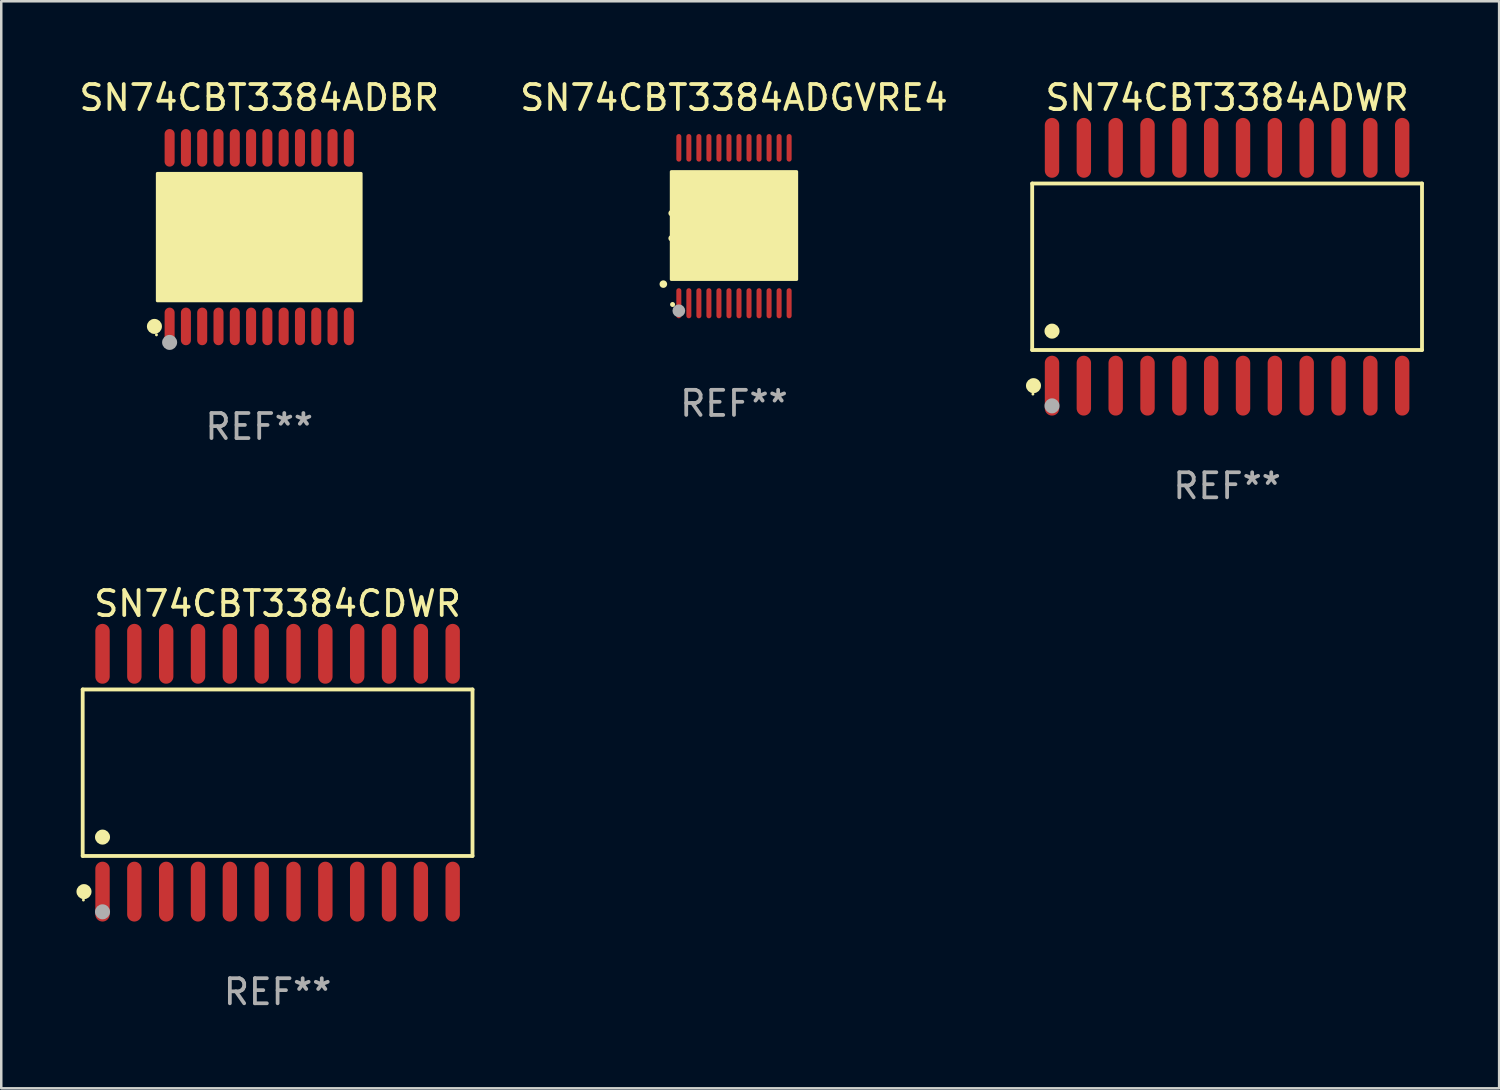
<source format=kicad_pcb>
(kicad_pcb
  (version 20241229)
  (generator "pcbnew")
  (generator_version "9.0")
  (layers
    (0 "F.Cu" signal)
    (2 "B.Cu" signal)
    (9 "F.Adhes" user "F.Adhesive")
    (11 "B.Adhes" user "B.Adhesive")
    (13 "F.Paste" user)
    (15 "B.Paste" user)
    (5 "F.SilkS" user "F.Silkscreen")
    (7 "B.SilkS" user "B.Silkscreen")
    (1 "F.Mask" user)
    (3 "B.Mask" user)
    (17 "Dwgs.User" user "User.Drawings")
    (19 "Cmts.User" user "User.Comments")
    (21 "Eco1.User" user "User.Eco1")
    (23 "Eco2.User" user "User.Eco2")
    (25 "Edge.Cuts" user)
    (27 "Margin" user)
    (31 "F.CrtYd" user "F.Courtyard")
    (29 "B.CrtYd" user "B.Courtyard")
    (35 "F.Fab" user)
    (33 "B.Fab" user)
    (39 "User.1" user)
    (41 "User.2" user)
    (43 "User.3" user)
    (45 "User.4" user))
  (footprint "SN74CBT3384ADWR"
    (layer "F.Cu")
    (at 45.905 7.592)
    (property "Reference" "SN74CBT3384ADWR" (at 0 -6.744 0) (layer "F.SilkS") (effects (font (size 1 1) (thickness 0.15))))
    (attr through_hole)
    (fp_line (start -7.776 -3.321) (end 7.776 -3.321) (stroke (width 0.152) (type solid)) (layer "F.SilkS"))
    (fp_line (start -7.776 3.321) (end -7.776 -3.321) (stroke (width 0.152) (type solid)) (layer "F.SilkS"))
    (fp_line (start 7.776 -3.321) (end 7.776 3.321) (stroke (width 0.152) (type solid)) (layer "F.SilkS"))
    (fp_line (start 7.776 3.321) (end -7.776 3.321) (stroke (width 0.152) (type solid)) (layer "F.SilkS"))
    (fp_circle (center -7.747 5.08) (end -7.717 5.08) (stroke (width 0.06) (type solid)) (fill no) (layer "F.SilkS"))
    (fp_circle (center -7.724 4.744) (end -7.574 4.744) (stroke (width 0.3) (type solid)) (fill no) (layer "F.SilkS"))
    (fp_circle (center -6.985 2.569) (end -6.835 2.569) (stroke (width 0.3) (type solid)) (fill no) (layer "F.SilkS"))
    (fp_circle (center -6.985 5.55) (end -6.835 5.55) (stroke (width 0.3) (type solid)) (fill no) (layer "F.Fab"))
    (fp_text user "REF**" (at 0 8.744 0) (layer "F.Fab") (effects (font (size 1 1) (thickness 0.15))))
    (pad "1" smd oval (at -6.985 4.744) (size 0.574 2.388) (layers "F.Cu" "F.Mask" "F.Paste"))
    (pad "2" smd oval (at -5.715 4.744) (size 0.574 2.388) (layers "F.Cu" "F.Mask" "F.Paste"))
    (pad "3" smd oval (at -4.445 4.744) (size 0.574 2.388) (layers "F.Cu" "F.Mask" "F.Paste"))
    (pad "4" smd oval (at -3.175 4.744) (size 0.574 2.388) (layers "F.Cu" "F.Mask" "F.Paste"))
    (pad "5" smd oval (at -1.905 4.744) (size 0.574 2.388) (layers "F.Cu" "F.Mask" "F.Paste"))
    (pad "6" smd oval (at -0.635 4.744) (size 0.574 2.388) (layers "F.Cu" "F.Mask" "F.Paste"))
    (pad "7" smd oval (at 0.635 4.744) (size 0.574 2.388) (layers "F.Cu" "F.Mask" "F.Paste"))
    (pad "8" smd oval (at 1.905 4.744) (size 0.574 2.388) (layers "F.Cu" "F.Mask" "F.Paste"))
    (pad "9" smd oval (at 3.175 4.744) (size 0.574 2.388) (layers "F.Cu" "F.Mask" "F.Paste"))
    (pad "10" smd oval (at 4.445 4.744) (size 0.574 2.388) (layers "F.Cu" "F.Mask" "F.Paste"))
    (pad "11" smd oval (at 5.715 4.744) (size 0.574 2.388) (layers "F.Cu" "F.Mask" "F.Paste"))
    (pad "12" smd oval (at 6.985 4.744) (size 0.574 2.388) (layers "F.Cu" "F.Mask" "F.Paste"))
    (pad "13" smd oval (at 6.985 -4.744) (size 0.574 2.388) (layers "F.Cu" "F.Mask" "F.Paste"))
    (pad "14" smd oval (at 5.715 -4.744) (size 0.574 2.388) (layers "F.Cu" "F.Mask" "F.Paste"))
    (pad "15" smd oval (at 4.445 -4.744) (size 0.574 2.388) (layers "F.Cu" "F.Mask" "F.Paste"))
    (pad "16" smd oval (at 3.175 -4.744) (size 0.574 2.388) (layers "F.Cu" "F.Mask" "F.Paste"))
    (pad "17" smd oval (at 1.905 -4.744) (size 0.574 2.388) (layers "F.Cu" "F.Mask" "F.Paste"))
    (pad "18" smd oval (at 0.635 -4.744) (size 0.574 2.388) (layers "F.Cu" "F.Mask" "F.Paste"))
    (pad "19" smd oval (at -0.635 -4.744) (size 0.574 2.388) (layers "F.Cu" "F.Mask" "F.Paste"))
    (pad "20" smd oval (at -1.905 -4.744) (size 0.574 2.388) (layers "F.Cu" "F.Mask" "F.Paste"))
    (pad "21" smd oval (at -3.175 -4.744) (size 0.574 2.388) (layers "F.Cu" "F.Mask" "F.Paste"))
    (pad "22" smd oval (at -4.445 -4.744) (size 0.574 2.388) (layers "F.Cu" "F.Mask" "F.Paste"))
    (pad "23" smd oval (at -5.715 -4.744) (size 0.574 2.388) (layers "F.Cu" "F.Mask" "F.Paste"))
    (pad "24" smd oval (at -6.985 -4.744) (size 0.574 2.388) (layers "F.Cu" "F.Mask" "F.Paste")))
  (footprint "SN74CBT3384ADGVRE4"
    (layer "F.Cu")
    (at 26.232 5.948)
    (property "Reference" "SN74CBT3384ADGVRE4" (at 0 -5.1 0) (layer "F.SilkS") (effects (font (size 1 1) (thickness 0.15))))
    (attr through_hole)
    (fp_arc (start -2.819355 2.336703) (mid -2.818085 2.336698) (end -2.816815 2.336703) (stroke (width 0.3) (type solid)) (layer "F.SilkS"))
    (fp_arc (start -2.489154 -0.492863) (mid -1.989154 0.007518) (end -2.489154 0.507899) (stroke (width 0.254001) (type solid)) (layer "F.SilkS"))
    (fp_circle (center -2.45 3.15) (end -2.4 3.15) (stroke (width 0.1) (type solid)) (fill no) (layer "F.SilkS"))
    (fp_poly (pts (xy -2.5 -2.15) (xy 2.5 -2.15) (xy 2.5 2.15) (xy -2.5 2.15)) (stroke (width 0.12) (type solid)) (fill yes) (layer "F.SilkS"))
    (fp_circle (center -2.2 3.4) (end -2.073 3.4) (stroke (width 0.254) (type solid)) (fill no) (layer "F.Fab"))
    (fp_text user "REF**" (at 0 7.1 0) (layer "F.Fab") (effects (font (size 1 1) (thickness 0.15))))
    (pad "1" smd oval (at -2.2 3.1 180) (size 0.2 1.2) (layers "F.Cu" "F.Mask" "F.Paste"))
    (pad "2" smd oval (at -1.8 3.1 180) (size 0.2 1.2) (layers "F.Cu" "F.Mask" "F.Paste"))
    (pad "3" smd oval (at -1.4 3.1 180) (size 0.2 1.2) (layers "F.Cu" "F.Mask" "F.Paste"))
    (pad "4" smd oval (at -1 3.1 180) (size 0.2 1.2) (layers "F.Cu" "F.Mask" "F.Paste"))
    (pad "5" smd oval (at -0.6 3.1 180) (size 0.2 1.2) (layers "F.Cu" "F.Mask" "F.Paste"))
    (pad "6" smd oval (at -0.2 3.1 180) (size 0.2 1.2) (layers "F.Cu" "F.Mask" "F.Paste"))
    (pad "7" smd oval (at 0.2 3.1 180) (size 0.2 1.2) (layers "F.Cu" "F.Mask" "F.Paste"))
    (pad "8" smd oval (at 0.6 3.1 180) (size 0.2 1.2) (layers "F.Cu" "F.Mask" "F.Paste"))
    (pad "9" smd oval (at 1 3.1 180) (size 0.2 1.2) (layers "F.Cu" "F.Mask" "F.Paste"))
    (pad "10" smd oval (at 1.4 3.1 180) (size 0.2 1.2) (layers "F.Cu" "F.Mask" "F.Paste"))
    (pad "11" smd oval (at 1.8 3.1 180) (size 0.2 1.2) (layers "F.Cu" "F.Mask" "F.Paste"))
    (pad "12" smd oval (at 2.2 3.1 180) (size 0.2 1.2) (layers "F.Cu" "F.Mask" "F.Paste"))
    (pad "13" smd oval (at 2.2 -3.1 180) (size 0.2 1.1) (layers "F.Cu" "F.Mask" "F.Paste"))
    (pad "14" smd oval (at 1.8 -3.1 180) (size 0.2 1.1) (layers "F.Cu" "F.Mask" "F.Paste"))
    (pad "15" smd oval (at 1.4 -3.1 180) (size 0.2 1.1) (layers "F.Cu" "F.Mask" "F.Paste"))
    (pad "16" smd oval (at 1 -3.1 180) (size 0.2 1.1) (layers "F.Cu" "F.Mask" "F.Paste"))
    (pad "17" smd oval (at 0.6 -3.1 180) (size 0.2 1.1) (layers "F.Cu" "F.Mask" "F.Paste"))
    (pad "18" smd oval (at 0.2 -3.1 180) (size 0.2 1.1) (layers "F.Cu" "F.Mask" "F.Paste"))
    (pad "19" smd oval (at -0.2 -3.1 180) (size 0.2 1.1) (layers "F.Cu" "F.Mask" "F.Paste"))
    (pad "20" smd oval (at -0.6 -3.1 180) (size 0.2 1.1) (layers "F.Cu" "F.Mask" "F.Paste"))
    (pad "21" smd oval (at -1 -3.1 180) (size 0.2 1.1) (layers "F.Cu" "F.Mask" "F.Paste"))
    (pad "22" smd oval (at -1.4 -3.1 180) (size 0.2 1.1) (layers "F.Cu" "F.Mask" "F.Paste"))
    (pad "23" smd oval (at -1.8 -3.1 180) (size 0.2 1.1) (layers "F.Cu" "F.Mask" "F.Paste"))
    (pad "24" smd oval (at -2.2 -3.1 180) (size 0.2 1.1) (layers "F.Cu" "F.Mask" "F.Paste")))
  (footprint "SN74CBT3384CDWR"
    (layer "F.Cu")
    (at 8.025 27.777)
    (property "Reference" "SN74CBT3384CDWR" (at 0 -6.744 0) (layer "F.SilkS") (effects (font (size 1 1) (thickness 0.15))))
    (attr through_hole)
    (fp_line (start -7.776 -3.321) (end 7.776 -3.321) (stroke (width 0.152) (type solid)) (layer "F.SilkS"))
    (fp_line (start -7.776 3.321) (end -7.776 -3.321) (stroke (width 0.152) (type solid)) (layer "F.SilkS"))
    (fp_line (start 7.776 -3.321) (end 7.776 3.321) (stroke (width 0.152) (type solid)) (layer "F.SilkS"))
    (fp_line (start 7.776 3.321) (end -7.776 3.321) (stroke (width 0.152) (type solid)) (layer "F.SilkS"))
    (fp_circle (center -7.747 5.08) (end -7.717 5.08) (stroke (width 0.06) (type solid)) (fill no) (layer "F.SilkS"))
    (fp_circle (center -7.724 4.744) (end -7.574 4.744) (stroke (width 0.3) (type solid)) (fill no) (layer "F.SilkS"))
    (fp_circle (center -6.985 2.569) (end -6.835 2.569) (stroke (width 0.3) (type solid)) (fill no) (layer "F.SilkS"))
    (fp_circle (center -6.985 5.55) (end -6.835 5.55) (stroke (width 0.3) (type solid)) (fill no) (layer "F.Fab"))
    (fp_text user "REF**" (at 0 8.744 0) (layer "F.Fab") (effects (font (size 1 1) (thickness 0.15))))
    (pad "1" smd oval (at -6.985 4.744) (size 0.574 2.388) (layers "F.Cu" "F.Mask" "F.Paste"))
    (pad "2" smd oval (at -5.715 4.744) (size 0.574 2.388) (layers "F.Cu" "F.Mask" "F.Paste"))
    (pad "3" smd oval (at -4.445 4.744) (size 0.574 2.388) (layers "F.Cu" "F.Mask" "F.Paste"))
    (pad "4" smd oval (at -3.175 4.744) (size 0.574 2.388) (layers "F.Cu" "F.Mask" "F.Paste"))
    (pad "5" smd oval (at -1.905 4.744) (size 0.574 2.388) (layers "F.Cu" "F.Mask" "F.Paste"))
    (pad "6" smd oval (at -0.635 4.744) (size 0.574 2.388) (layers "F.Cu" "F.Mask" "F.Paste"))
    (pad "7" smd oval (at 0.635 4.744) (size 0.574 2.388) (layers "F.Cu" "F.Mask" "F.Paste"))
    (pad "8" smd oval (at 1.905 4.744) (size 0.574 2.388) (layers "F.Cu" "F.Mask" "F.Paste"))
    (pad "9" smd oval (at 3.175 4.744) (size 0.574 2.388) (layers "F.Cu" "F.Mask" "F.Paste"))
    (pad "10" smd oval (at 4.445 4.744) (size 0.574 2.388) (layers "F.Cu" "F.Mask" "F.Paste"))
    (pad "11" smd oval (at 5.715 4.744) (size 0.574 2.388) (layers "F.Cu" "F.Mask" "F.Paste"))
    (pad "12" smd oval (at 6.985 4.744) (size 0.574 2.388) (layers "F.Cu" "F.Mask" "F.Paste"))
    (pad "13" smd oval (at 6.985 -4.744) (size 0.574 2.388) (layers "F.Cu" "F.Mask" "F.Paste"))
    (pad "14" smd oval (at 5.715 -4.744) (size 0.574 2.388) (layers "F.Cu" "F.Mask" "F.Paste"))
    (pad "15" smd oval (at 4.445 -4.744) (size 0.574 2.388) (layers "F.Cu" "F.Mask" "F.Paste"))
    (pad "16" smd oval (at 3.175 -4.744) (size 0.574 2.388) (layers "F.Cu" "F.Mask" "F.Paste"))
    (pad "17" smd oval (at 1.905 -4.744) (size 0.574 2.388) (layers "F.Cu" "F.Mask" "F.Paste"))
    (pad "18" smd oval (at 0.635 -4.744) (size 0.574 2.388) (layers "F.Cu" "F.Mask" "F.Paste"))
    (pad "19" smd oval (at -0.635 -4.744) (size 0.574 2.388) (layers "F.Cu" "F.Mask" "F.Paste"))
    (pad "20" smd oval (at -1.905 -4.744) (size 0.574 2.388) (layers "F.Cu" "F.Mask" "F.Paste"))
    (pad "21" smd oval (at -3.175 -4.744) (size 0.574 2.388) (layers "F.Cu" "F.Mask" "F.Paste"))
    (pad "22" smd oval (at -4.445 -4.744) (size 0.574 2.388) (layers "F.Cu" "F.Mask" "F.Paste"))
    (pad "23" smd oval (at -5.715 -4.744) (size 0.574 2.388) (layers "F.Cu" "F.Mask" "F.Paste"))
    (pad "24" smd oval (at -6.985 -4.744) (size 0.574 2.388) (layers "F.Cu" "F.Mask" "F.Paste")))
  (footprint "SN74CBT3384ADBR"
    (layer "F.Cu")
    (at 7.292 6.41)
    (property "Reference" "SN74CBT3384ADBR" (at 0 -5.562 0) (layer "F.SilkS") (effects (font (size 1 1) (thickness 0.15))))
    (attr through_hole)
    (fp_circle (center -4.181 3.562) (end -4.031 3.562) (stroke (width 0.3) (type solid)) (fill no) (layer "F.SilkS"))
    (fp_circle (center -4.1 3.9) (end -4.07 3.9) (stroke (width 0.06) (type solid)) (fill no) (layer "F.SilkS"))
    (fp_circle (center -3.575 1.819) (end -3.425 1.819) (stroke (width 0.3) (type solid)) (fill no) (layer "F.SilkS"))
    (fp_poly (pts (xy -4.064 -2.54) (xy 4.064 -2.54) (xy 4.064 2.54) (xy -4.064 2.54)) (stroke (width 0.12) (type solid)) (fill yes) (layer "F.SilkS"))
    (fp_circle (center -3.575 4.2) (end -3.425 4.2) (stroke (width 0.3) (type solid)) (fill no) (layer "F.Fab"))
    (fp_text user "REF**" (at 0 7.562 0) (layer "F.Fab") (effects (font (size 1 1) (thickness 0.15))))
    (pad "1" smd oval (at -3.575 3.562) (size 0.4 1.5) (layers "F.Cu" "F.Mask" "F.Paste"))
    (pad "2" smd oval (at -2.925 3.562) (size 0.4 1.5) (layers "F.Cu" "F.Mask" "F.Paste"))
    (pad "3" smd oval (at -2.275 3.562) (size 0.4 1.5) (layers "F.Cu" "F.Mask" "F.Paste"))
    (pad "4" smd oval (at -1.625 3.562) (size 0.4 1.5) (layers "F.Cu" "F.Mask" "F.Paste"))
    (pad "5" smd oval (at -0.975 3.562) (size 0.4 1.5) (layers "F.Cu" "F.Mask" "F.Paste"))
    (pad "6" smd oval (at -0.325 3.562) (size 0.4 1.5) (layers "F.Cu" "F.Mask" "F.Paste"))
    (pad "7" smd oval (at 0.325 3.562) (size 0.4 1.5) (layers "F.Cu" "F.Mask" "F.Paste"))
    (pad "8" smd oval (at 0.975 3.562) (size 0.4 1.5) (layers "F.Cu" "F.Mask" "F.Paste"))
    (pad "9" smd oval (at 1.625 3.562) (size 0.4 1.5) (layers "F.Cu" "F.Mask" "F.Paste"))
    (pad "10" smd oval (at 2.275 3.562) (size 0.4 1.5) (layers "F.Cu" "F.Mask" "F.Paste"))
    (pad "11" smd oval (at 2.925 3.562) (size 0.4 1.5) (layers "F.Cu" "F.Mask" "F.Paste"))
    (pad "12" smd oval (at 3.575 3.562) (size 0.4 1.5) (layers "F.Cu" "F.Mask" "F.Paste"))
    (pad "13" smd oval (at 3.575 -3.562) (size 0.4 1.5) (layers "F.Cu" "F.Mask" "F.Paste"))
    (pad "14" smd oval (at 2.925 -3.562) (size 0.4 1.5) (layers "F.Cu" "F.Mask" "F.Paste"))
    (pad "15" smd oval (at 2.275 -3.562) (size 0.4 1.5) (layers "F.Cu" "F.Mask" "F.Paste"))
    (pad "16" smd oval (at 1.625 -3.562) (size 0.4 1.5) (layers "F.Cu" "F.Mask" "F.Paste"))
    (pad "17" smd oval (at 0.975 -3.562) (size 0.4 1.5) (layers "F.Cu" "F.Mask" "F.Paste"))
    (pad "18" smd oval (at 0.325 -3.562) (size 0.4 1.5) (layers "F.Cu" "F.Mask" "F.Paste"))
    (pad "19" smd oval (at -0.325 -3.562) (size 0.4 1.5) (layers "F.Cu" "F.Mask" "F.Paste"))
    (pad "20" smd oval (at -0.975 -3.562) (size 0.4 1.5) (layers "F.Cu" "F.Mask" "F.Paste"))
    (pad "21" smd oval (at -1.625 -3.562) (size 0.4 1.5) (layers "F.Cu" "F.Mask" "F.Paste"))
    (pad "22" smd oval (at -2.275 -3.562) (size 0.4 1.5) (layers "F.Cu" "F.Mask" "F.Paste"))
    (pad "23" smd oval (at -2.925 -3.562) (size 0.4 1.5) (layers "F.Cu" "F.Mask" "F.Paste"))
    (pad "24" smd oval (at -3.575 -3.562) (size 0.4 1.5) (layers "F.Cu" "F.Mask" "F.Paste")))
  (gr_rect
    (start -3 -3)
    (end 56.758 40.369)
    (stroke (width 0.1) (type default))
    (fill no)
    (layer "Edge.Cuts")))
</source>
